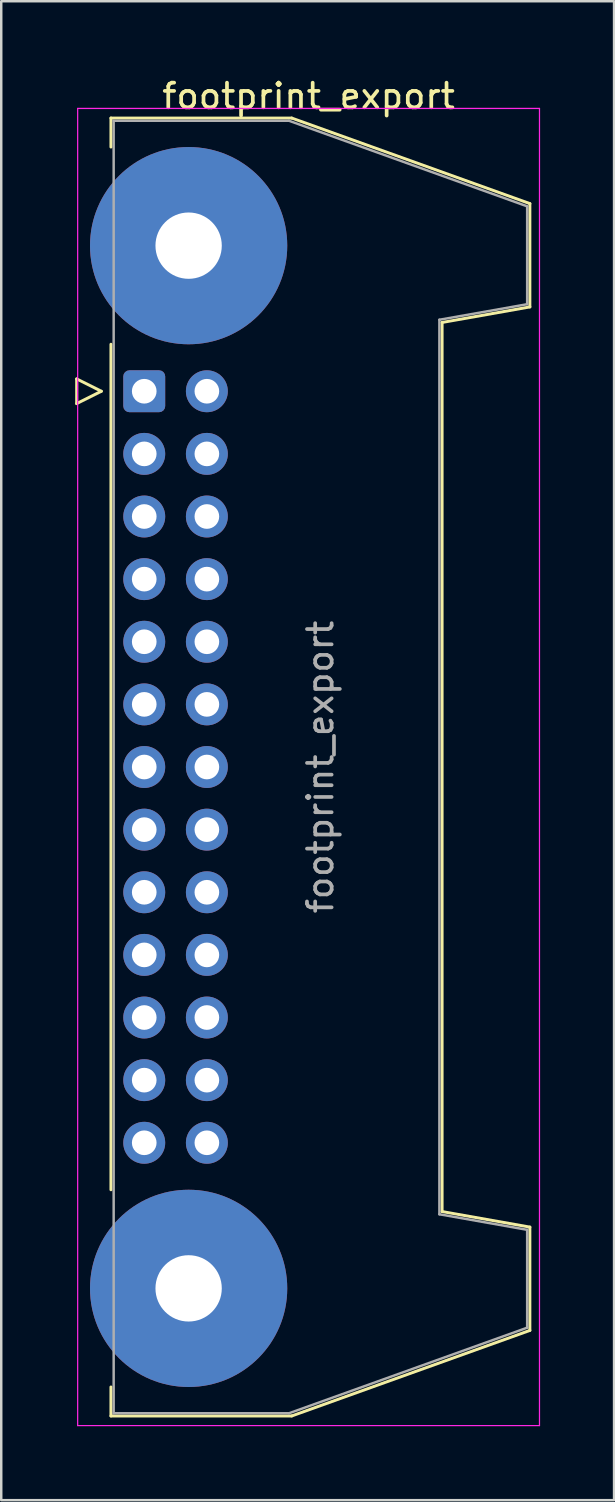
<source format=kicad_pcb>
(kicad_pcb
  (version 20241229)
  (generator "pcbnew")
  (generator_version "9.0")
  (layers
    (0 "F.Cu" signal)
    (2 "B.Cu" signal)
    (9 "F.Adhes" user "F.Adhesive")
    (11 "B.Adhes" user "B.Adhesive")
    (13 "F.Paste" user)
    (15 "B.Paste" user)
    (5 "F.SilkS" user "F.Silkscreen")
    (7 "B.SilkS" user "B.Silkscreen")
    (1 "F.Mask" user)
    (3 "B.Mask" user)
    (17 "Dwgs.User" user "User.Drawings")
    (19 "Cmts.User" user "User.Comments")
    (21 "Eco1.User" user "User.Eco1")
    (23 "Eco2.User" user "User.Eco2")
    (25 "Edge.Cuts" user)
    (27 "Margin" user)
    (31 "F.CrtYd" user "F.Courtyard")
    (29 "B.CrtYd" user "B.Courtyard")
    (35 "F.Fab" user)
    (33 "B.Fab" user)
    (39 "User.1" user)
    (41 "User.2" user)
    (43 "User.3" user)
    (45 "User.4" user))
  (footprint "footprint_export"
    (layer "F.Cu")
    (at 2.8 12.818)
    (property "Reference" "footprint_export" (at 6.665 -11.97 0) (layer "F.SilkS") (effects (font (size 1 1) (thickness 0.15))))
    (attr through_hole)
    (fp_line (start -2.74 -0.5) (end -2.74 0.5) (stroke (width 0.12) (type solid)) (layer "F.SilkS"))
    (fp_line (start -2.74 0.5) (end -1.74 0) (stroke (width 0.12) (type solid)) (layer "F.SilkS"))
    (fp_line (start -1.74 0) (end -2.74 -0.5) (stroke (width 0.12) (type solid)) (layer "F.SilkS"))
    (fp_line (start -1.35 -11.08) (end -1.35 -9.905) (stroke (width 0.12) (type solid)) (layer "F.SilkS"))
    (fp_line (start -1.35 -11.08) (end 5.98 -11.08) (stroke (width 0.12) (type solid)) (layer "F.SilkS"))
    (fp_line (start -1.35 -1.905) (end -1.35 32.385) (stroke (width 0.12) (type solid)) (layer "F.SilkS"))
    (fp_line (start -1.35 40.385) (end -1.35 41.56) (stroke (width 0.12) (type solid)) (layer "F.SilkS"))
    (fp_line (start 5.98 -11.08) (end 15.64 -7.61) (stroke (width 0.12) (type solid)) (layer "F.SilkS"))
    (fp_line (start 5.98 41.56) (end -1.35 41.56) (stroke (width 0.12) (type solid)) (layer "F.SilkS"))
    (fp_line (start 12.08 -2.79) (end 12.08 33.27) (stroke (width 0.12) (type solid)) (layer "F.SilkS"))
    (fp_line (start 12.08 33.27) (end 15.64 33.9) (stroke (width 0.12) (type solid)) (layer "F.SilkS"))
    (fp_line (start 15.64 -7.61) (end 15.64 -3.42) (stroke (width 0.12) (type solid)) (layer "F.SilkS"))
    (fp_line (start 15.64 -3.42) (end 12.08 -2.79) (stroke (width 0.12) (type solid)) (layer "F.SilkS"))
    (fp_line (start 15.64 33.9) (end 15.64 38.09) (stroke (width 0.12) (type solid)) (layer "F.SilkS"))
    (fp_line (start 15.64 38.09) (end 5.98 41.56) (stroke (width 0.12) (type solid)) (layer "F.SilkS"))
    (fp_line (start -2.7 -11.47) (end -2.7 41.95) (stroke (width 0.05) (type solid)) (layer "F.CrtYd"))
    (fp_line (start -2.7 41.95) (end 16.03 41.95) (stroke (width 0.05) (type solid)) (layer "F.CrtYd"))
    (fp_line (start 16.03 -11.47) (end -2.7 -11.47) (stroke (width 0.05) (type solid)) (layer "F.CrtYd"))
    (fp_line (start 16.03 41.95) (end 16.03 -11.47) (stroke (width 0.05) (type solid)) (layer "F.CrtYd"))
    (fp_line (start -1.24 -10.97) (end 5.87 -10.97) (stroke (width 0.1) (type solid)) (layer "F.Fab"))
    (fp_line (start -1.24 41.45) (end -1.24 -10.97) (stroke (width 0.1) (type solid)) (layer "F.Fab"))
    (fp_line (start 5.87 -10.97) (end 15.53 -7.5) (stroke (width 0.1) (type solid)) (layer "F.Fab"))
    (fp_line (start 5.87 41.45) (end -1.24 41.45) (stroke (width 0.1) (type solid)) (layer "F.Fab"))
    (fp_line (start 11.97 -2.9) (end 11.97 33.38) (stroke (width 0.1) (type solid)) (layer "F.Fab"))
    (fp_line (start 11.97 33.38) (end 15.53 34.01) (stroke (width 0.1) (type solid)) (layer "F.Fab"))
    (fp_line (start 15.53 -7.5) (end 15.53 -3.53) (stroke (width 0.1) (type solid)) (layer "F.Fab"))
    (fp_line (start 15.53 -3.53) (end 11.97 -2.9) (stroke (width 0.1) (type solid)) (layer "F.Fab"))
    (fp_line (start 15.53 34.01) (end 15.53 37.98) (stroke (width 0.1) (type solid)) (layer "F.Fab"))
    (fp_line (start 15.53 37.98) (end 5.87 41.45) (stroke (width 0.1) (type solid)) (layer "F.Fab"))
    (fp_text user "${REFERENCE}" (at 7.145 15.24 90) (layer "F.Fab") (effects (font (size 1 1) (thickness 0.15))))
    (pad "1" thru_hole roundrect (at 0 0) (size 1.7 1.7) (drill 1) (layers "*.Cu" "*.Mask") (roundrect_rratio 0.147))
    (pad "2" thru_hole circle (at 2.54 0) (size 1.7 1.7) (drill 1) (layers "*.Cu" "*.Mask"))
    (pad "3" thru_hole circle (at 0 2.54) (size 1.7 1.7) (drill 1) (layers "*.Cu" "*.Mask"))
    (pad "4" thru_hole circle (at 2.54 2.54) (size 1.7 1.7) (drill 1) (layers "*.Cu" "*.Mask"))
    (pad "5" thru_hole circle (at 0 5.08) (size 1.7 1.7) (drill 1) (layers "*.Cu" "*.Mask"))
    (pad "6" thru_hole circle (at 2.54 5.08) (size 1.7 1.7) (drill 1) (layers "*.Cu" "*.Mask"))
    (pad "7" thru_hole circle (at 0 7.62) (size 1.7 1.7) (drill 1) (layers "*.Cu" "*.Mask"))
    (pad "8" thru_hole circle (at 2.54 7.62) (size 1.7 1.7) (drill 1) (layers "*.Cu" "*.Mask"))
    (pad "9" thru_hole circle (at 0 10.16) (size 1.7 1.7) (drill 1) (layers "*.Cu" "*.Mask"))
    (pad "10" thru_hole circle (at 2.54 10.16) (size 1.7 1.7) (drill 1) (layers "*.Cu" "*.Mask"))
    (pad "11" thru_hole circle (at 0 12.7) (size 1.7 1.7) (drill 1) (layers "*.Cu" "*.Mask"))
    (pad "12" thru_hole circle (at 2.54 12.7) (size 1.7 1.7) (drill 1) (layers "*.Cu" "*.Mask"))
    (pad "13" thru_hole circle (at 0 15.24) (size 1.7 1.7) (drill 1) (layers "*.Cu" "*.Mask"))
    (pad "14" thru_hole circle (at 2.54 15.24) (size 1.7 1.7) (drill 1) (layers "*.Cu" "*.Mask"))
    (pad "15" thru_hole circle (at 0 17.78) (size 1.7 1.7) (drill 1) (layers "*.Cu" "*.Mask"))
    (pad "16" thru_hole circle (at 2.54 17.78) (size 1.7 1.7) (drill 1) (layers "*.Cu" "*.Mask"))
    (pad "17" thru_hole circle (at 0 20.32) (size 1.7 1.7) (drill 1) (layers "*.Cu" "*.Mask"))
    (pad "18" thru_hole circle (at 2.54 20.32) (size 1.7 1.7) (drill 1) (layers "*.Cu" "*.Mask"))
    (pad "19" thru_hole circle (at 0 22.86) (size 1.7 1.7) (drill 1) (layers "*.Cu" "*.Mask"))
    (pad "20" thru_hole circle (at 2.54 22.86) (size 1.7 1.7) (drill 1) (layers "*.Cu" "*.Mask"))
    (pad "21" thru_hole circle (at 0 25.4) (size 1.7 1.7) (drill 1) (layers "*.Cu" "*.Mask"))
    (pad "22" thru_hole circle (at 2.54 25.4) (size 1.7 1.7) (drill 1) (layers "*.Cu" "*.Mask"))
    (pad "23" thru_hole circle (at 0 27.94) (size 1.7 1.7) (drill 1) (layers "*.Cu" "*.Mask"))
    (pad "24" thru_hole circle (at 2.54 27.94) (size 1.7 1.7) (drill 1) (layers "*.Cu" "*.Mask"))
    (pad "25" thru_hole circle (at 0 30.48) (size 1.7 1.7) (drill 1) (layers "*.Cu" "*.Mask"))
    (pad "26" thru_hole circle (at 2.54 30.48) (size 1.7 1.7) (drill 1) (layers "*.Cu" "*.Mask"))
    (pad "MP" thru_hole circle (at 1.8 -5.905) (size 8 8) (drill 2.69) (layers "*.Cu" "*.Mask"))
    (pad "MP" thru_hole circle (at 1.8 36.385) (size 8 8) (drill 2.69) (layers "*.Cu" "*.Mask")))
  (gr_rect
    (start -3 -3)
    (end 21.855 57.793)
    (stroke (width 0.1) (type default))
    (fill no)
    (layer "Edge.Cuts")))
</source>
